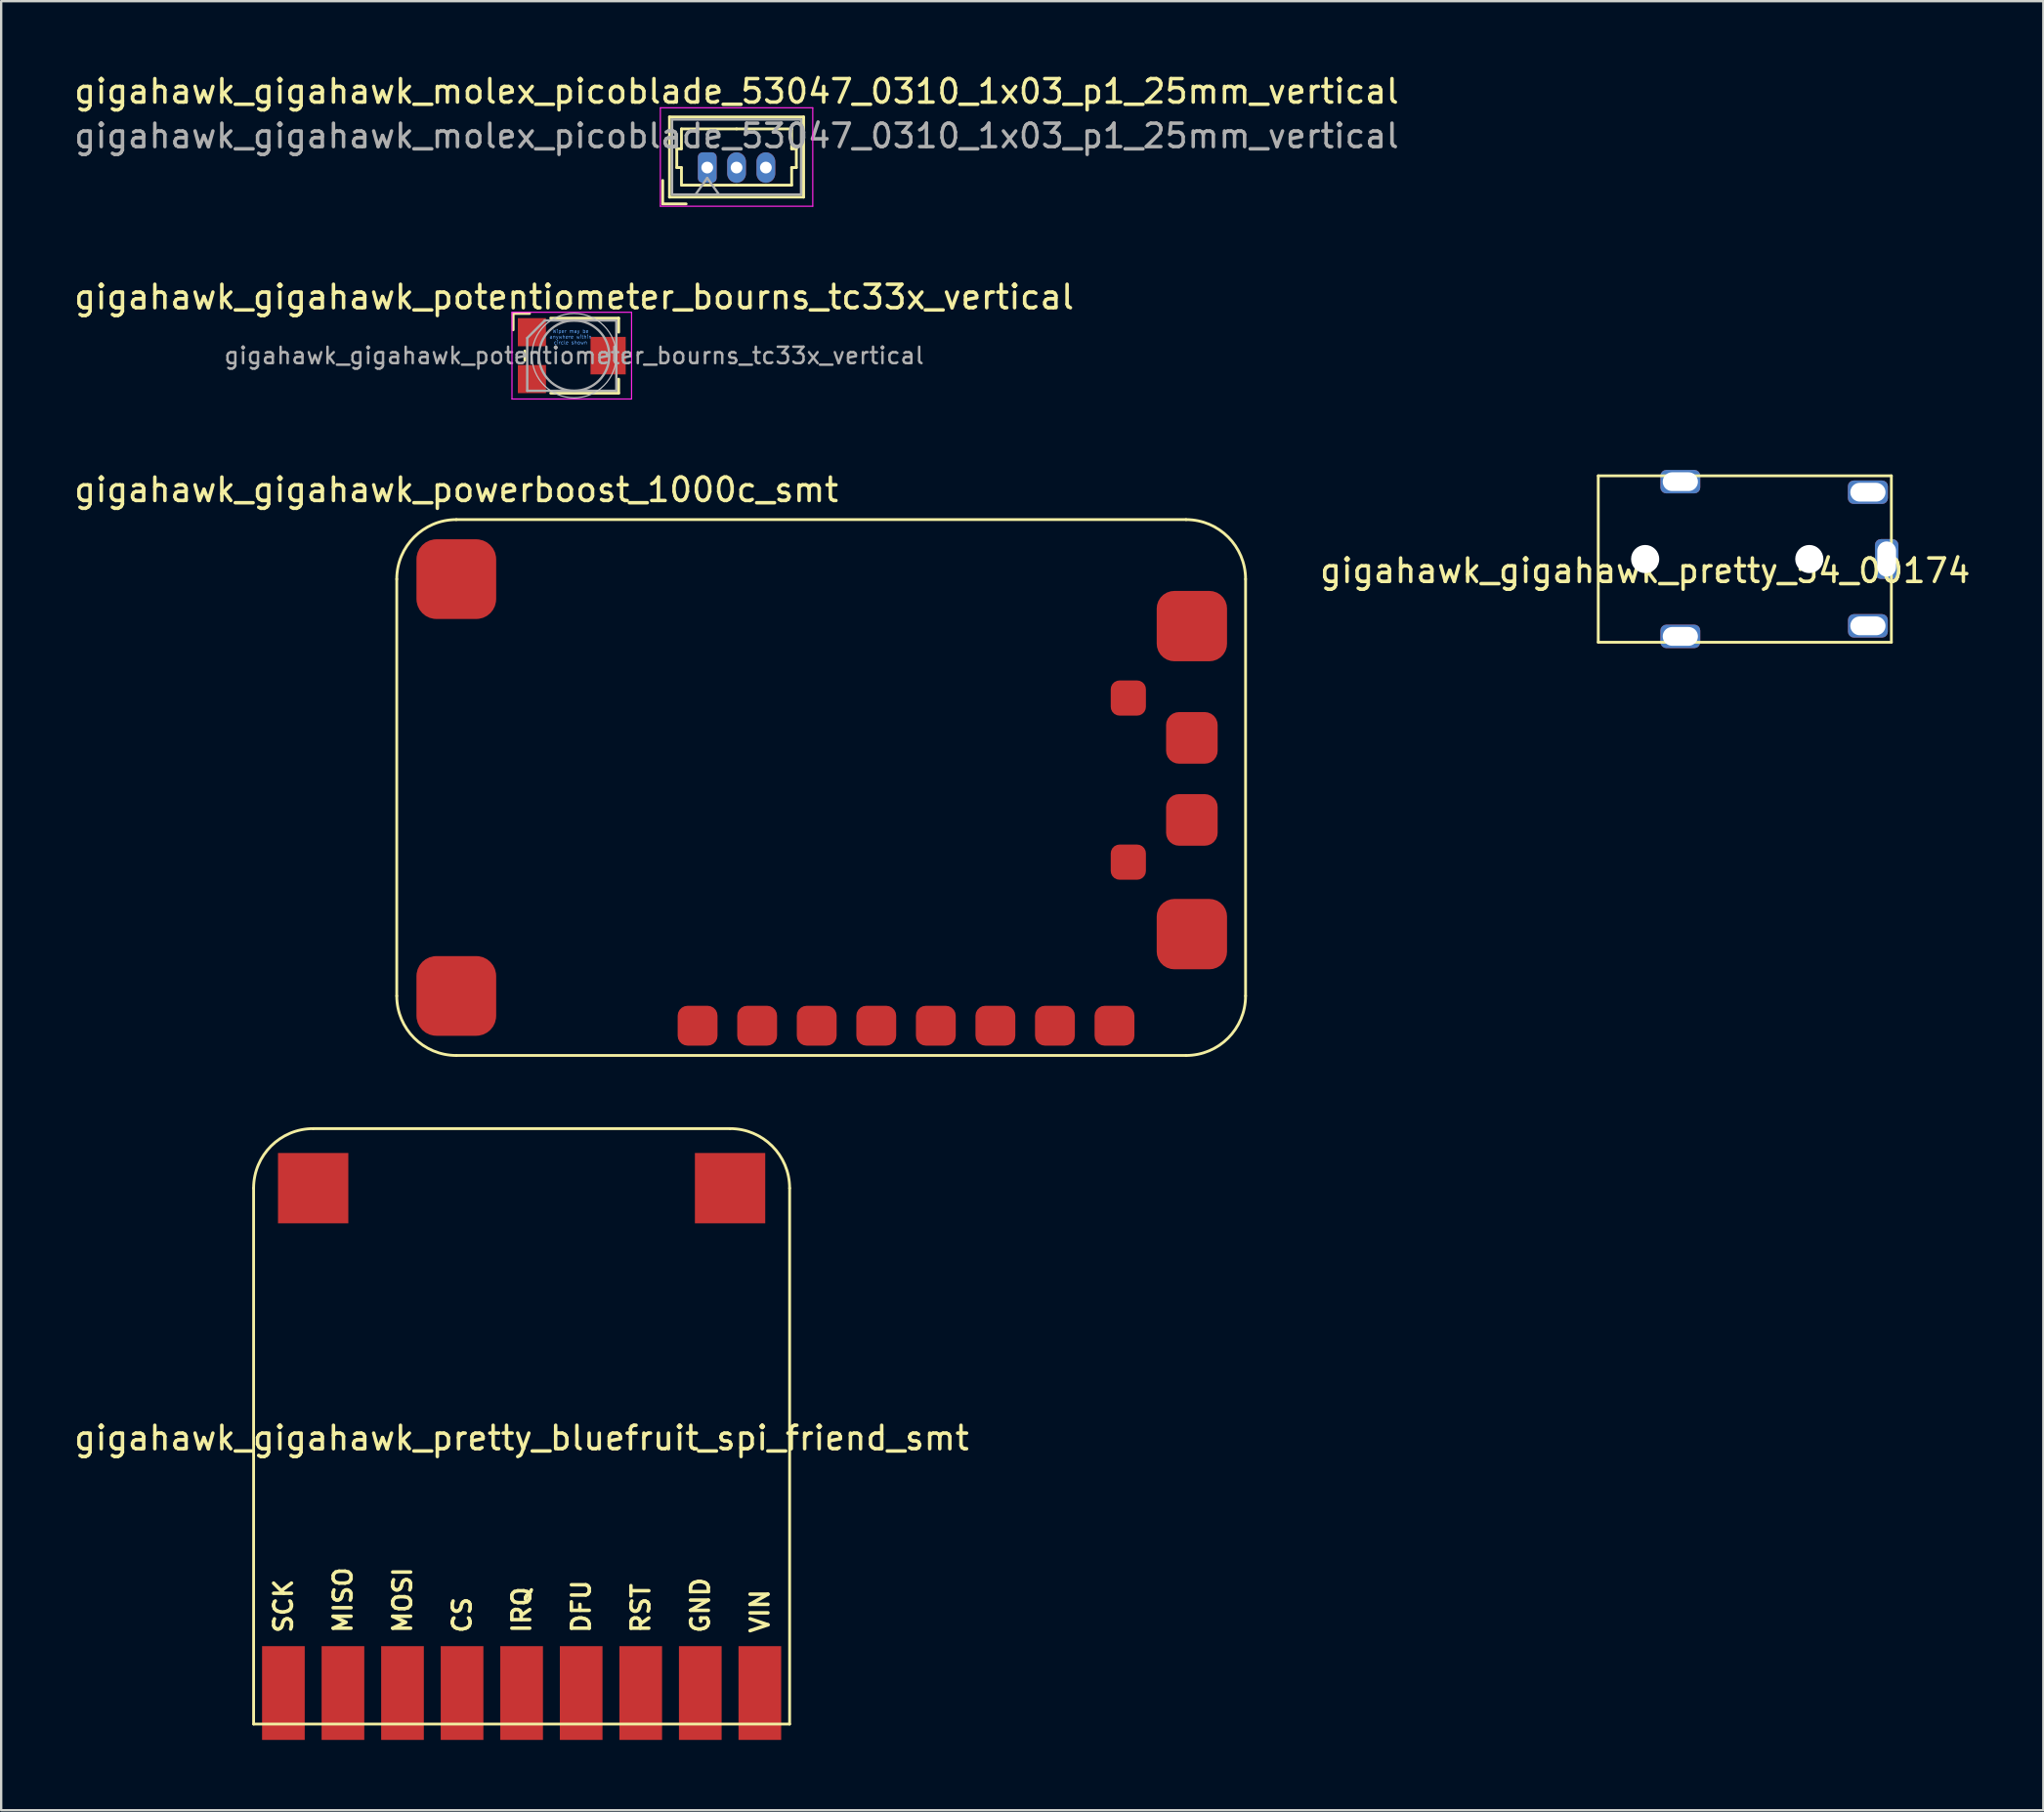
<source format=kicad_pcb>
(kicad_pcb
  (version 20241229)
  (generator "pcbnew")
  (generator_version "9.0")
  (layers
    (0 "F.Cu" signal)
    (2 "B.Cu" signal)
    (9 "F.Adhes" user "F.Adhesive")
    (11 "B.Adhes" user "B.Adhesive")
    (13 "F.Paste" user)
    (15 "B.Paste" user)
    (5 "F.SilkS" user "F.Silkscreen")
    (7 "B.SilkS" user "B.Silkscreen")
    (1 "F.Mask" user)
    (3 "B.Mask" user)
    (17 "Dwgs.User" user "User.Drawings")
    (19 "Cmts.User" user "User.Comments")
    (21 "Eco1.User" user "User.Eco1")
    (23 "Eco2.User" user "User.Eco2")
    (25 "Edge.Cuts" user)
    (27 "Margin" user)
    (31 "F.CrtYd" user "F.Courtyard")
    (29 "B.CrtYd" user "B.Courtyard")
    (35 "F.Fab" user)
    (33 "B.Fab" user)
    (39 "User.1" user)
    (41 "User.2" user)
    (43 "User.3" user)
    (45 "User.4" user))
  (footprint "gigahawk_gigahawk_potentiometer_bourns_tc33x_vertical"
    (layer "F.Cu")
    (at 21.435 12.121)
    (property "Reference" "gigahawk_gigahawk_potentiometer_bourns_tc33x_vertical" (at 0 -2.5 0) (layer "F.SilkS") (effects (font (size 1 1) (thickness 0.15))))
    (attr smd)
    (fp_line (start -2.6 -1.8) (end -2.6 -1.1) (stroke (width 0.12) (type solid)) (layer "F.SilkS"))
    (fp_line (start -2.1 -0.2) (end -2.1 0.2) (stroke (width 0.12) (type solid)) (layer "F.SilkS"))
    (fp_line (start -1.9 -1.8) (end -2.6 -1.8) (stroke (width 0.12) (type solid)) (layer "F.SilkS"))
    (fp_line (start -1 -1.6) (end 1.9 -1.6) (stroke (width 0.12) (type solid)) (layer "F.SilkS"))
    (fp_line (start -1 1.6) (end 1.9 1.6) (stroke (width 0.12) (type solid)) (layer "F.SilkS"))
    (fp_line (start 1.9 -1.6) (end 1.9 -1) (stroke (width 0.12) (type solid)) (layer "F.SilkS"))
    (fp_line (start 1.9 1.6) (end 1.9 1) (stroke (width 0.12) (type solid)) (layer "F.SilkS"))
    (fp_circle (center 0 0) (end 1.8 0) (stroke (width 0.05) (type solid)) (fill no) (layer "Dwgs.User"))
    (fp_line (start -2.65 -1.85) (end 2.45 -1.85) (stroke (width 0.05) (type solid)) (layer "F.CrtYd"))
    (fp_line (start -2.65 1.85) (end -2.65 -1.85) (stroke (width 0.05) (type solid)) (layer "F.CrtYd"))
    (fp_line (start 2.45 -1.85) (end 2.45 1.85) (stroke (width 0.05) (type solid)) (layer "F.CrtYd"))
    (fp_line (start 2.45 1.85) (end -2.65 1.85) (stroke (width 0.05) (type solid)) (layer "F.CrtYd"))
    (fp_line (start -2 -0.75) (end -2 1.5) (stroke (width 0.1) (type solid)) (layer "F.Fab"))
    (fp_line (start -2 1.5) (end 1.8 1.5) (stroke (width 0.1) (type solid)) (layer "F.Fab"))
    (fp_line (start -1.25 -1.5) (end -2 -0.75) (stroke (width 0.1) (type solid)) (layer "F.Fab"))
    (fp_line (start 1.8 -1.5) (end -1.25 -1.5) (stroke (width 0.1) (type solid)) (layer "F.Fab"))
    (fp_line (start 1.8 1.5) (end 1.8 -1.5) (stroke (width 0.1) (type solid)) (layer "F.Fab"))
    (fp_circle (center 0 0) (end 1.5 0) (stroke (width 0.1) (type solid)) (fill no) (layer "F.Fab"))
    (fp_text user "Wiper may be\nanywhere within\ncircle shown" (at -0.15 -0.8 0) (layer "Cmts.User") (effects (font (size 0.15 0.15) (thickness 0.02))))
    (fp_text user "${REFERENCE}" (at 0 0 0) (layer "F.Fab") (effects (font (size 0.7 0.7) (thickness 0.105))))
    (pad "1" smd rect (at -1.8 -1) (size 1.2 1.2) (layers "F.Cu" "F.Mask" "F.Paste"))
    (pad "2" smd rect (at 1.45 0) (size 1.5 1.6) (layers "F.Cu" "F.Mask" "F.Paste"))
    (pad "3" smd rect (at -1.8 1) (size 1.2 1.2) (layers "F.Cu" "F.Mask" "F.Paste")))
  (footprint "gigahawk_gigahawk_molex_picoblade_53047_0310_1x03_p1_25mm_vertical"
    (layer "F.Cu")
    (at 27.113 4.098)
    (property "Reference" "gigahawk_gigahawk_molex_picoblade_53047_0310_1x03_p1_25mm_vertical" (at 1.25 -3.25 0) (layer "F.SilkS") (effects (font (size 1 1) (thickness 0.15))))
    (attr through_hole)
    (fp_line (start -1.9 1.55) (end -1.9 0.55) (stroke (width 0.12) (type solid)) (layer "F.SilkS"))
    (fp_line (start -1.9 1.55) (end -0.9 1.55) (stroke (width 0.12) (type solid)) (layer "F.SilkS"))
    (fp_line (start -1.61 -2.16) (end -1.61 1.26) (stroke (width 0.12) (type solid)) (layer "F.SilkS"))
    (fp_line (start -1.61 1.26) (end 4.11 1.26) (stroke (width 0.12) (type solid)) (layer "F.SilkS"))
    (fp_line (start -1.3 -0.8) (end -1.1 -0.8) (stroke (width 0.12) (type solid)) (layer "F.SilkS"))
    (fp_line (start -1.3 0) (end -1.3 -0.8) (stroke (width 0.12) (type solid)) (layer "F.SilkS"))
    (fp_line (start -1.1 -1.65) (end 1.25 -1.65) (stroke (width 0.12) (type solid)) (layer "F.SilkS"))
    (fp_line (start -1.1 -0.8) (end -1.1 -1.65) (stroke (width 0.12) (type solid)) (layer "F.SilkS"))
    (fp_line (start -1.1 0) (end -1.3 0) (stroke (width 0.12) (type solid)) (layer "F.SilkS"))
    (fp_line (start -1.1 0.75) (end -1.1 0) (stroke (width 0.12) (type solid)) (layer "F.SilkS"))
    (fp_line (start 1.25 0.75) (end -1.1 0.75) (stroke (width 0.12) (type solid)) (layer "F.SilkS"))
    (fp_line (start 1.25 0.75) (end 3.6 0.75) (stroke (width 0.12) (type solid)) (layer "F.SilkS"))
    (fp_line (start 3.6 -1.65) (end 1.25 -1.65) (stroke (width 0.12) (type solid)) (layer "F.SilkS"))
    (fp_line (start 3.6 -0.8) (end 3.6 -1.65) (stroke (width 0.12) (type solid)) (layer "F.SilkS"))
    (fp_line (start 3.6 0) (end 3.8 0) (stroke (width 0.12) (type solid)) (layer "F.SilkS"))
    (fp_line (start 3.6 0.75) (end 3.6 0) (stroke (width 0.12) (type solid)) (layer "F.SilkS"))
    (fp_line (start 3.8 -0.8) (end 3.6 -0.8) (stroke (width 0.12) (type solid)) (layer "F.SilkS"))
    (fp_line (start 3.8 0) (end 3.8 -0.8) (stroke (width 0.12) (type solid)) (layer "F.SilkS"))
    (fp_line (start 4.11 -2.16) (end -1.61 -2.16) (stroke (width 0.12) (type solid)) (layer "F.SilkS"))
    (fp_line (start 4.11 1.26) (end 4.11 -2.16) (stroke (width 0.12) (type solid)) (layer "F.SilkS"))
    (fp_line (start -2 -2.55) (end -2 1.65) (stroke (width 0.05) (type solid)) (layer "F.CrtYd"))
    (fp_line (start -2 1.65) (end 4.5 1.65) (stroke (width 0.05) (type solid)) (layer "F.CrtYd"))
    (fp_line (start 4.5 -2.55) (end -2 -2.55) (stroke (width 0.05) (type solid)) (layer "F.CrtYd"))
    (fp_line (start 4.5 1.65) (end 4.5 -2.55) (stroke (width 0.05) (type solid)) (layer "F.CrtYd"))
    (fp_line (start -1.5 -2.05) (end -1.5 1.15) (stroke (width 0.1) (type solid)) (layer "F.Fab"))
    (fp_line (start -1.5 1.15) (end 4 1.15) (stroke (width 0.1) (type solid)) (layer "F.Fab"))
    (fp_line (start -0.5 1.15) (end 0 0.443) (stroke (width 0.1) (type solid)) (layer "F.Fab"))
    (fp_line (start 0 0.443) (end 0.5 1.15) (stroke (width 0.1) (type solid)) (layer "F.Fab"))
    (fp_line (start 4 -2.05) (end -1.5 -2.05) (stroke (width 0.1) (type solid)) (layer "F.Fab"))
    (fp_line (start 4 1.15) (end 4 -2.05) (stroke (width 0.1) (type solid)) (layer "F.Fab"))
    (fp_text user "${REFERENCE}" (at 1.25 -1.35 0) (layer "F.Fab") (effects (font (size 1 1) (thickness 0.15))))
    (pad "1" thru_hole roundrect (at 0 0) (size 0.8 1.3) (drill 0.5) (layers "*.Cu" "*.Mask") (roundrect_rratio 0.25))
    (pad "2" thru_hole oval (at 1.25 0) (size 0.8 1.3) (drill 0.5) (layers "*.Cu" "*.Mask"))
    (pad "3" thru_hole oval (at 2.5 0) (size 0.8 1.3) (drill 0.5) (layers "*.Cu" "*.Mask")))
  (footprint "gigahawk_gigahawk_pretty_bluefruit_spi_friend_smt"
    (layer "F.Cu")
    (at 19.196 70.495)
    (property "Reference" "gigahawk_gigahawk_pretty_bluefruit_spi_friend_smt" (at 0 -12.2 0) (layer "F.SilkS") (effects (font (size 1 1) (thickness 0.15))))
    (attr smd)
    (fp_line (start -11.43 0) (end -11.43 -22.86) (stroke (width 0.12) (type solid)) (layer "F.SilkS"))
    (fp_line (start -11.43 0) (end 11.43 0) (stroke (width 0.12) (type solid)) (layer "F.SilkS"))
    (fp_line (start -8.89 -25.4) (end 8.89 -25.4) (stroke (width 0.12) (type solid)) (layer "F.SilkS"))
    (fp_line (start 11.43 0) (end 11.43 -22.86) (stroke (width 0.12) (type solid)) (layer "F.SilkS"))
    (fp_arc (start -11.43 -22.86) (mid -10.686051 -24.656051) (end -8.89 -25.4) (stroke (width 0.12) (type solid)) (layer "F.SilkS"))
    (fp_arc (start 8.89 -25.4) (mid 10.686051 -24.656051) (end 11.43 -22.86) (stroke (width 0.12) (type solid)) (layer "F.SilkS"))
    (fp_text user "RST" (at 5.08 -3.81 90) (layer "F.SilkS") (effects (font (size 0.762 0.762) (thickness 0.15)) (justify left)))
    (fp_text user "MOSI" (at -5.08 -3.81 90) (layer "F.SilkS") (effects (font (size 0.762 0.762) (thickness 0.15)) (justify left)))
    (fp_text user "VIN" (at 10.16 -3.81 90) (layer "F.SilkS") (effects (font (size 0.762 0.762) (thickness 0.15)) (justify left)))
    (fp_text user "SCK" (at -10.16 -3.81 90) (layer "F.SilkS") (effects (font (size 0.762 0.762) (thickness 0.15)) (justify left)))
    (fp_text user "MISO" (at -7.62 -3.81 90) (layer "F.SilkS") (effects (font (size 0.762 0.762) (thickness 0.15)) (justify left)))
    (fp_text user "CS" (at -2.54 -3.81 90) (layer "F.SilkS") (effects (font (size 0.762 0.762) (thickness 0.15)) (justify left)))
    (fp_text user "IRQ" (at 0 -3.81 90) (layer "F.SilkS") (effects (font (size 0.762 0.762) (thickness 0.15)) (justify left)))
    (fp_text user "DFU" (at 2.54 -3.81 90) (layer "F.SilkS") (effects (font (size 0.762 0.762) (thickness 0.15)) (justify left)))
    (fp_text user "GND" (at 7.62 -3.81 90) (layer "F.SilkS") (effects (font (size 0.762 0.762) (thickness 0.15)) (justify left)))
    (pad "1" smd rect (at -10.16 -1.323) (size 1.82 4) (layers "F.Cu" "F.Mask" "F.Paste"))
    (pad "2" smd rect (at -7.62 -1.323) (size 1.82 4) (layers "F.Cu" "F.Mask" "F.Paste"))
    (pad "3" smd rect (at -5.08 -1.323) (size 1.82 4) (layers "F.Cu" "F.Mask" "F.Paste"))
    (pad "4" smd rect (at -2.54 -1.323) (size 1.82 4) (layers "F.Cu" "F.Mask" "F.Paste"))
    (pad "5" smd rect (at 0 -1.323) (size 1.82 4) (layers "F.Cu" "F.Mask" "F.Paste"))
    (pad "6" smd rect (at 2.54 -1.323) (size 1.82 4) (layers "F.Cu" "F.Mask" "F.Paste"))
    (pad "7" smd rect (at 5.08 -1.323) (size 1.82 4) (layers "F.Cu" "F.Mask" "F.Paste"))
    (pad "8" smd rect (at 7.62 -1.323) (size 1.82 4) (layers "F.Cu" "F.Mask" "F.Paste"))
    (pad "9" smd rect (at 10.16 -1.323) (size 1.82 4) (layers "F.Cu" "F.Mask" "F.Paste"))
    (pad "MT1" smd rect (at -8.89 -22.86) (size 3 3) (layers "F.Cu" "F.Mask" "F.Paste"))
    (pad "MT2" smd rect (at 8.89 -22.86) (size 3 3) (layers "F.Cu" "F.Mask" "F.Paste")))
  (footprint "gigahawk_gigahawk_powerboost_1000c_smt"
    (layer "F.Cu")
    (at 13.871 19.115)
    (property "Reference" "gigahawk_gigahawk_powerboost_1000c_smt" (at 2.54 -1.27 0) (layer "F.SilkS") (effects (font (size 1 1) (thickness 0.15))))
    (attr through_hole)
    (fp_line (start 0 20.32) (end 0 2.54) (stroke (width 0.12) (type solid)) (layer "F.SilkS"))
    (fp_line (start 2.54 0) (end 33.66 0) (stroke (width 0.12) (type solid)) (layer "F.SilkS"))
    (fp_line (start 33.66 22.86) (end 2.54 22.86) (stroke (width 0.12) (type solid)) (layer "F.SilkS"))
    (fp_line (start 36.2 2.54) (end 36.2 20.32) (stroke (width 0.12) (type solid)) (layer "F.SilkS"))
    (fp_arc (start 0 2.54) (mid 0.743949 0.743949) (end 2.54 0) (stroke (width 0.12) (type solid)) (layer "F.SilkS"))
    (fp_arc (start 2.54 22.86) (mid 0.743949 22.116051) (end 0 20.32) (stroke (width 0.12) (type solid)) (layer "F.SilkS"))
    (fp_arc (start 33.66 0) (mid 35.456051 0.743949) (end 36.2 2.54) (stroke (width 0.12) (type solid)) (layer "F.SilkS"))
    (fp_arc (start 36.2 20.32) (mid 35.456051 22.116051) (end 33.66 22.86) (stroke (width 0.12) (type solid)) (layer "F.SilkS"))
    (pad "1" smd roundrect (at 12.83 21.59) (size 1.7 1.7) (layers "F.Cu" "F.Mask" "F.Paste") (roundrect_rratio 0.25))
    (pad "2" smd roundrect (at 15.37 21.59) (size 1.7 1.7) (layers "F.Cu" "F.Mask" "F.Paste") (roundrect_rratio 0.25))
    (pad "3" smd roundrect (at 17.91 21.59) (size 1.7 1.7) (layers "F.Cu" "F.Mask" "F.Paste") (roundrect_rratio 0.25))
    (pad "4" smd roundrect (at 20.45 21.59) (size 1.7 1.7) (layers "F.Cu" "F.Mask" "F.Paste") (roundrect_rratio 0.25))
    (pad "5" smd roundrect (at 22.99 21.59) (size 1.7 1.7) (layers "F.Cu" "F.Mask" "F.Paste") (roundrect_rratio 0.25))
    (pad "5" smd roundrect (at 31.2 7.612) (size 1.5 1.5) (layers "F.Cu" "F.Mask" "F.Paste") (roundrect_rratio 0.25))
    (pad "5" smd roundrect (at 33.91 9.312) (size 2.2 2.2) (layers "F.Cu" "F.Mask" "F.Paste") (roundrect_rratio 0.25))
    (pad "6" smd roundrect (at 25.53 21.59) (size 1.7 1.7) (layers "F.Cu" "F.Mask" "F.Paste") (roundrect_rratio 0.25))
    (pad "7" smd roundrect (at 28.07 21.59) (size 1.7 1.7) (layers "F.Cu" "F.Mask" "F.Paste") (roundrect_rratio 0.25))
    (pad "8" smd roundrect (at 30.61 21.59) (size 1.7 1.7) (layers "F.Cu" "F.Mask" "F.Paste") (roundrect_rratio 0.25))
    (pad "8" smd roundrect (at 31.2 14.613) (size 1.5 1.5) (layers "F.Cu" "F.Mask" "F.Paste") (roundrect_rratio 0.25))
    (pad "8" smd roundrect (at 33.91 12.812) (size 2.2 2.2) (layers "F.Cu" "F.Mask" "F.Paste") (roundrect_rratio 0.25))
    (pad "MT1" smd roundrect (at 2.54 20.32) (size 3.4 3.4) (layers "F.Cu" "F.Mask" "F.Paste") (roundrect_rratio 0.25))
    (pad "MT2" smd roundrect (at 2.54 2.54) (size 3.4 3.4) (layers "F.Cu" "F.Mask" "F.Paste") (roundrect_rratio 0.25))
    (pad "MT3" smd roundrect (at 33.91 4.543) (size 3 3) (layers "F.Cu" "F.Mask" "F.Paste") (roundrect_rratio 0.25))
    (pad "MT4" smd roundrect (at 33.91 17.683) (size 3 3) (layers "F.Cu" "F.Mask" "F.Paste") (roundrect_rratio 0.25)))
  (footprint "gigahawk_gigahawk_pretty_54_00174"
    (layer "F.Cu")
    (at 67.113 20.797)
    (property "Reference" "gigahawk_gigahawk_pretty_54_00174" (at 0 0.5 0) (layer "F.SilkS") (effects (font (size 1 1) (thickness 0.15))))
    (attr through_hole)
    (fp_line (start -2 -3.55) (end -2 3.55) (stroke (width 0.12) (type solid)) (layer "F.SilkS"))
    (fp_line (start -2 -3.55) (end 10.5 -3.55) (stroke (width 0.12) (type solid)) (layer "F.SilkS"))
    (fp_line (start -2 3.55) (end 10.5 3.55) (stroke (width 0.12) (type solid)) (layer "F.SilkS"))
    (fp_line (start 10.5 -3.55) (end 10.5 3.55) (stroke (width 0.12) (type solid)) (layer "F.SilkS"))
    (pad "" np_thru_hole circle (at 0 0) (size 1.2 1.2) (drill 1.2) (layers "*.Cu" "*.Mask"))
    (pad "" np_thru_hole circle (at 7 0 90) (size 1.2 1.2) (drill 1.2) (layers "*.Cu" "*.Mask"))
    (pad "R1" thru_hole roundrect (at 9.5 2.85) (size 1.7 1) (drill oval 1.5 0.8) (layers "*.Cu" "*.Mask") (roundrect_rratio 0.25))
    (pad "R2" thru_hole roundrect (at 9.5 -2.85 180) (size 1.71 1) (drill oval 1.5 0.8) (layers "*.Cu" "*.Mask") (roundrect_rratio 0.25))
    (pad "S" thru_hole roundrect (at 10.3 0 270) (size 1.7 1) (drill oval 1.5 0.8) (layers "*.Cu" "*.Mask") (roundrect_rratio 0.25))
    (pad "T" thru_hole roundrect (at 1.5 -3.3 180) (size 1.7 1) (drill oval 1.5 0.8) (layers "*.Cu" "*.Mask") (roundrect_rratio 0.25))
    (pad "T" thru_hole roundrect (at 1.5 3.3 180) (size 1.7 1) (drill oval 1.5 0.8) (layers "*.Cu" "*.Mask") (roundrect_rratio 0.25)))
  (gr_rect
    (start -3 -3)
    (end 84.095 74.172)
    (stroke (width 0.1) (type default))
    (fill no)
    (layer "Edge.Cuts")))
</source>
